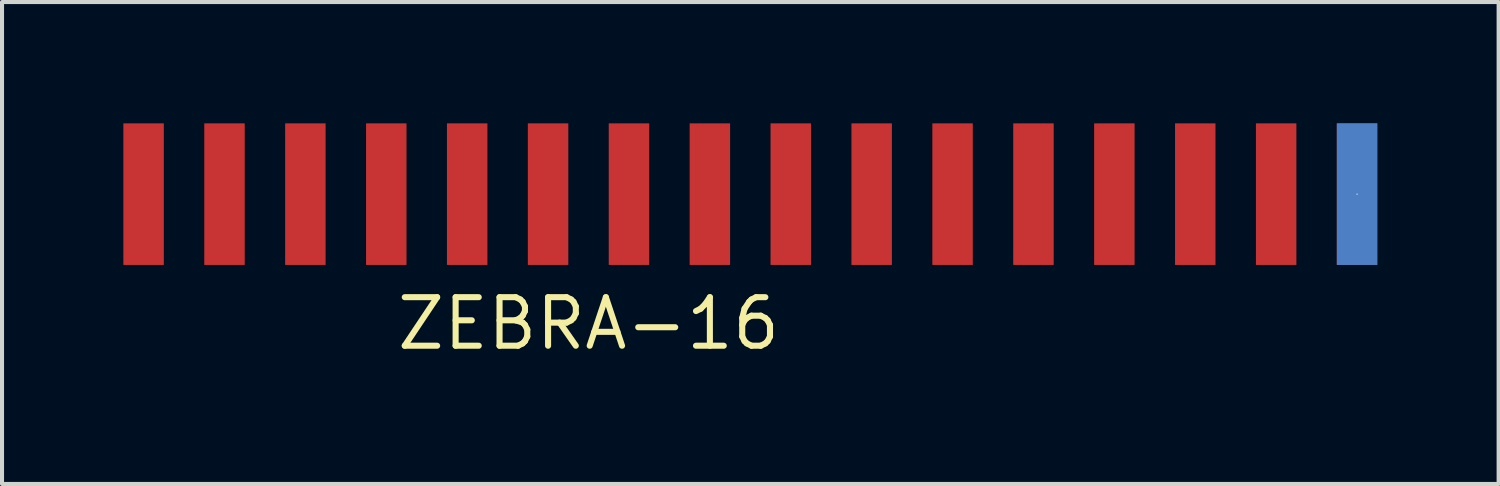
<source format=kicad_pcb>
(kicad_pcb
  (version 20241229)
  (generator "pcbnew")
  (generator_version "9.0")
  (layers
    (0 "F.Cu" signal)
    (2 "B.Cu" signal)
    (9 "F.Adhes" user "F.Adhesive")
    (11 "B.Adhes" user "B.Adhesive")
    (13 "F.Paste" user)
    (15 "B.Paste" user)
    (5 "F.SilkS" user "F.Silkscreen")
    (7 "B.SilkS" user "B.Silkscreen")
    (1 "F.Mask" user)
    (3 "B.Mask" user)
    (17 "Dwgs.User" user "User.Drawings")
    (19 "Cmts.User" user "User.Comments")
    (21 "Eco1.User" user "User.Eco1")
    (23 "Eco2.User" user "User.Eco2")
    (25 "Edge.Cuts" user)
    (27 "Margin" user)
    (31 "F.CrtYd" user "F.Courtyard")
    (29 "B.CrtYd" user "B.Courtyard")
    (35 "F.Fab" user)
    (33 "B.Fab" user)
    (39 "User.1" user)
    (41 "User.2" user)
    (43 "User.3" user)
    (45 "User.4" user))
  (footprint "ZEBRA-16"
    (layer "F.Cu")
    (at 11.5 1.75)
    (property "Reference" "ZEBRA-16" (at 0 3.2 0) (layer "F.SilkS") (effects (font (size 1.2 1.2) (thickness 0.15))))
    (attr through_hole)
    (pad "1" smd rect (at -11 0) (size 1 3.5) (layers "F.Cu" "F.Mask" "F.Paste"))
    (pad "2" smd rect (at -9 0) (size 1 3.5) (layers "F.Cu" "F.Mask" "F.Paste"))
    (pad "3" smd rect (at -7 0) (size 1 3.5) (layers "F.Cu" "F.Mask" "F.Paste"))
    (pad "4" smd rect (at -5 0) (size 1 3.5) (layers "F.Cu" "F.Mask" "F.Paste"))
    (pad "5" smd rect (at -3 0) (size 1 3.5) (layers "F.Cu" "F.Mask" "F.Paste"))
    (pad "6" smd rect (at -1 0) (size 1 3.5) (layers "F.Cu" "F.Mask" "F.Paste"))
    (pad "7" smd rect (at 1 0) (size 1 3.5) (layers "F.Cu" "F.Mask" "F.Paste"))
    (pad "8" smd rect (at 3 0) (size 1 3.5) (layers "F.Cu" "F.Mask" "F.Paste"))
    (pad "9" smd rect (at 5 0) (size 1 3.5) (layers "F.Cu" "F.Mask" "F.Paste"))
    (pad "10" smd rect (at 7 0) (size 1 3.5) (layers "F.Cu" "F.Mask" "F.Paste"))
    (pad "11" smd rect (at 9 0) (size 1 3.5) (layers "F.Cu" "F.Mask" "F.Paste"))
    (pad "12" smd rect (at 11 0) (size 1 3.5) (layers "F.Cu" "F.Mask" "F.Paste"))
    (pad "13" smd rect (at 13 0) (size 1 3.5) (layers "F.Cu" "F.Mask" "F.Paste"))
    (pad "14" smd rect (at 15 0) (size 1 3.5) (layers "F.Cu" "F.Mask" "F.Paste"))
    (pad "15" smd rect (at 17 0) (size 1 3.5) (layers "F.Cu" "F.Mask" "F.Paste"))
    (pad "16" thru_hole rect (at 19 0) (size 1 3.5) (drill 0.03) (layers "*.Cu" "*.Mask")))
  (gr_rect
    (start -3 -3)
    (end 34 8.915)
    (stroke (width 0.1) (type default))
    (fill no)
    (layer "Edge.Cuts")))
</source>
